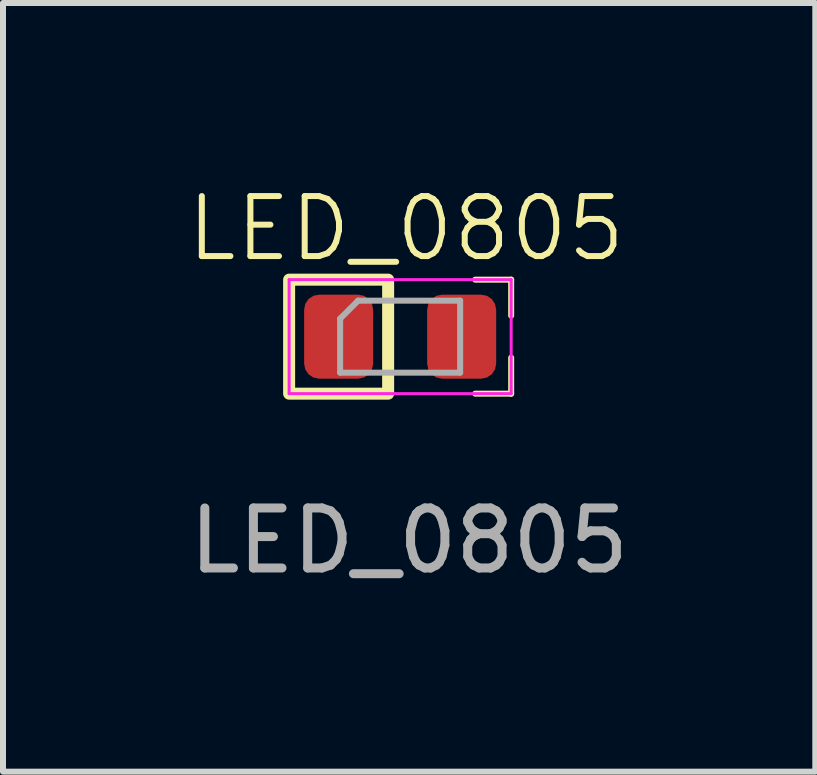
<source format=kicad_pcb>
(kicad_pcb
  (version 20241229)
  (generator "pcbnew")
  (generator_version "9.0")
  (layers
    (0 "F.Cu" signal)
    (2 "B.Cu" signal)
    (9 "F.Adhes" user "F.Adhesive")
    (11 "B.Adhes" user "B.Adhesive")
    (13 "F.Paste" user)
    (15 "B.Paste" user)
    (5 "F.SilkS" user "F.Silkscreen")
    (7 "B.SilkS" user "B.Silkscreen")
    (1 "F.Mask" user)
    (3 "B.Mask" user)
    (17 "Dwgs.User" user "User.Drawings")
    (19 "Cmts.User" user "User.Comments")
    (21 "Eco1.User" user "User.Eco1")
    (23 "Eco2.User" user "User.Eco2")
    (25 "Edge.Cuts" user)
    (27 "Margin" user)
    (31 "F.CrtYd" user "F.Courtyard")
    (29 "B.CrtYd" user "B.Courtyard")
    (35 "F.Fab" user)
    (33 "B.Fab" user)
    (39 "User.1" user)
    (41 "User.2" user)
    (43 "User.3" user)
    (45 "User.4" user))
  (footprint "LED_0805"
    (layer "F.Cu")
    (at 3.743 2.51)
    (property "Reference" "LED_0805" (at -0.025 -1.75 0) (unlocked yes) (layer "F.SilkS") (effects (font (size 1 1) (thickness 0.1))))
    (attr smd)
    (fp_line (start 1.125 -0.9) (end 1.725 -0.9) (stroke (width 0.1) (type default)) (layer "F.SilkS"))
    (fp_line (start 1.125 1) (end 1.725 1) (stroke (width 0.1) (type default)) (layer "F.SilkS"))
    (fp_line (start 1.725 -0.3) (end 1.725 -0.9) (stroke (width 0.1) (type default)) (layer "F.SilkS"))
    (fp_line (start 1.725 0.4) (end 1.725 1) (stroke (width 0.1) (type default)) (layer "F.SilkS"))
    (fp_rect (start -1.975 -0.9) (end -0.325 1) (stroke (width 0.2) (type solid)) (fill no) (layer "F.SilkS"))
    (fp_line (start -1.975 -0.9) (end 1.725 -0.9) (stroke (width 0.05) (type solid)) (layer "F.CrtYd"))
    (fp_line (start -1.975 1) (end -1.975 -0.9) (stroke (width 0.05) (type solid)) (layer "F.CrtYd"))
    (fp_line (start 1.725 -0.9) (end 1.725 1) (stroke (width 0.05) (type solid)) (layer "F.CrtYd"))
    (fp_line (start 1.725 1) (end -1.975 1) (stroke (width 0.05) (type solid)) (layer "F.CrtYd"))
    (fp_line (start -1.125 -0.25) (end -1.125 0.65) (stroke (width 0.1) (type solid)) (layer "F.Fab"))
    (fp_line (start -1.125 0.65) (end 0.875 0.65) (stroke (width 0.1) (type solid)) (layer "F.Fab"))
    (fp_line (start -0.825 -0.55) (end -1.125 -0.25) (stroke (width 0.1) (type solid)) (layer "F.Fab"))
    (fp_line (start 0.875 -0.55) (end -0.825 -0.55) (stroke (width 0.1) (type solid)) (layer "F.Fab"))
    (fp_line (start 0.875 0.65) (end 0.875 -0.55) (stroke (width 0.1) (type solid)) (layer "F.Fab"))
    (fp_text user "${REFERENCE}" (at 0.025 3.45 0) (unlocked yes) (layer "F.Fab") (effects (font (size 1 1) (thickness 0.15))))
    (pad "1" smd roundrect (at -1.15 0.05) (size 1.15 1.4) (layers "F.Cu" "F.Mask" "F.Paste") (roundrect_rratio 0.217))
    (pad "2" smd roundrect (at 0.9 0.05) (size 1.15 1.4) (layers "F.Cu" "F.Mask" "F.Paste") (roundrect_rratio 0.217)))
  (gr_rect
    (start -3 -3)
    (end 10.536 9.809)
    (stroke (width 0.1) (type default))
    (fill no)
    (layer "Edge.Cuts")))
</source>
